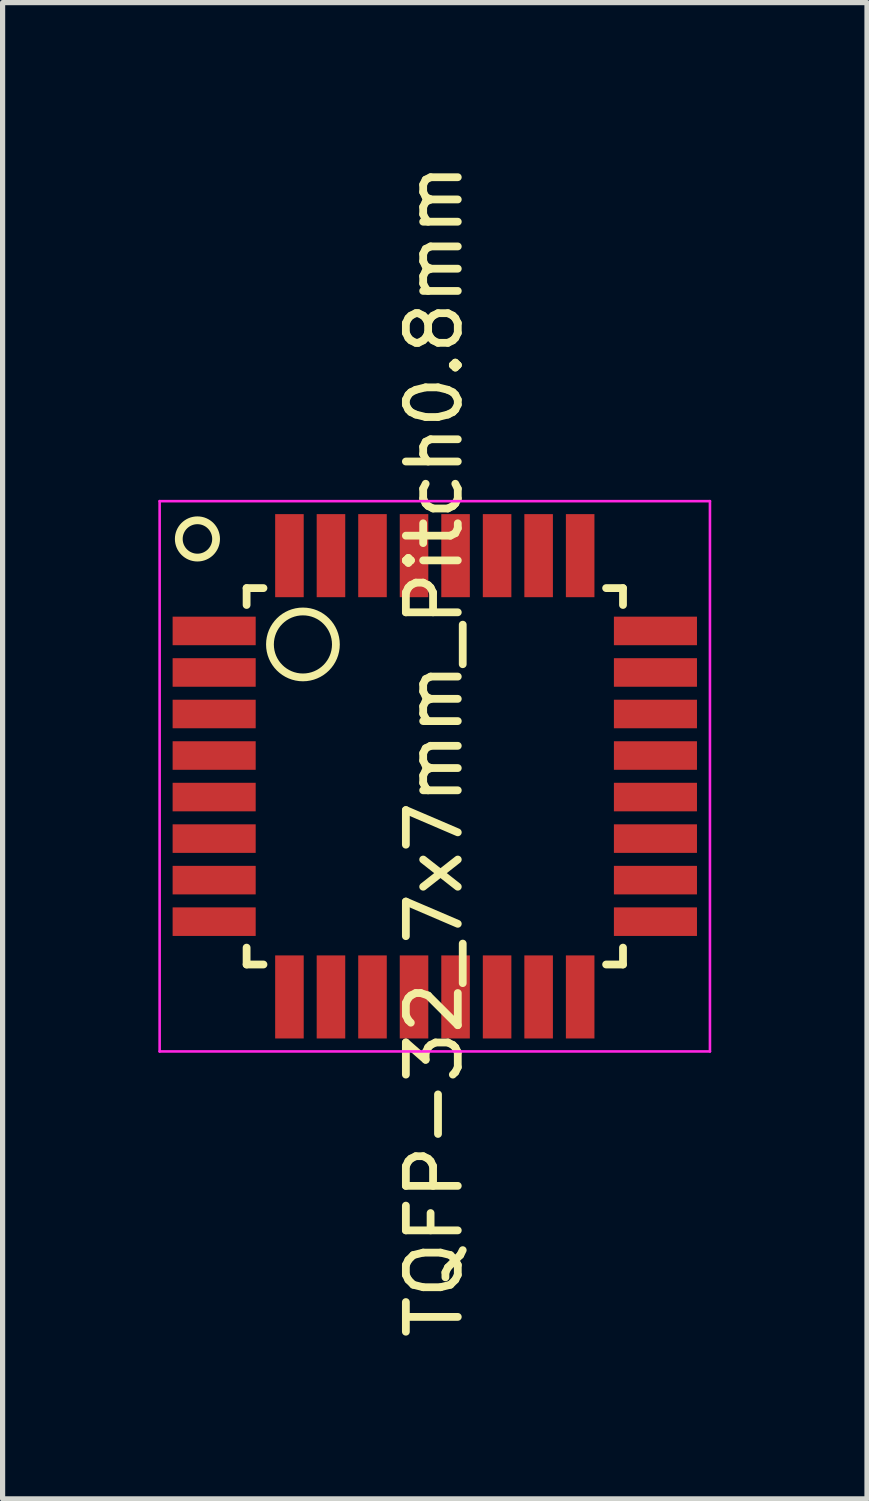
<source format=kicad_pcb>
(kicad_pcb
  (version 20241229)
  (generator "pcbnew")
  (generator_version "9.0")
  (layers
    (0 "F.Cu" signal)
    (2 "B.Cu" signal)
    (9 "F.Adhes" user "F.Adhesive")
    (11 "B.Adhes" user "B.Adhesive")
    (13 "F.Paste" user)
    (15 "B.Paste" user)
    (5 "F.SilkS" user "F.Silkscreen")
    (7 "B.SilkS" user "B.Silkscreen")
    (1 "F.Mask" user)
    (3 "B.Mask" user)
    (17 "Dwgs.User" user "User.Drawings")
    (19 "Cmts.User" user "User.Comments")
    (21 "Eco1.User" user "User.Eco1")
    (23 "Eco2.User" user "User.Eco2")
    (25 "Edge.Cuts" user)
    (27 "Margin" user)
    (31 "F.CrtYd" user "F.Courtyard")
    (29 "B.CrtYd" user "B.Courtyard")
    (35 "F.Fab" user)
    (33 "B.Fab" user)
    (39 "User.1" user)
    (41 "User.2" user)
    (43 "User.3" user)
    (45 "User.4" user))
  (footprint "TQFP-32_7x7mm_Pitch0.8mm"
    (layer "F.Cu")
    (at 5.325 11.903)
    (property "Reference" "TQFP-32_7x7mm_Pitch0.8mm" (at -0.012 -0.492 270) (layer "F.SilkS") (effects (font (size 1 1) (thickness 0.15))))
    (attr smd)
    (fp_line (start -3.625 -3.625) (end -3.625 -3.3) (stroke (width 0.15) (type solid)) (layer "F.SilkS"))
    (fp_line (start -3.625 -3.625) (end -3.3 -3.625) (stroke (width 0.15) (type solid)) (layer "F.SilkS"))
    (fp_line (start -3.625 3.625) (end -3.625 3.3) (stroke (width 0.15) (type solid)) (layer "F.SilkS"))
    (fp_line (start -3.625 3.625) (end -3.3 3.625) (stroke (width 0.15) (type solid)) (layer "F.SilkS"))
    (fp_line (start 3.625 -3.625) (end 3.3 -3.625) (stroke (width 0.15) (type solid)) (layer "F.SilkS"))
    (fp_line (start 3.625 -3.625) (end 3.625 -3.3) (stroke (width 0.15) (type solid)) (layer "F.SilkS"))
    (fp_line (start 3.625 3.625) (end 3.3 3.625) (stroke (width 0.15) (type solid)) (layer "F.SilkS"))
    (fp_line (start 3.625 3.625) (end 3.625 3.3) (stroke (width 0.15) (type solid)) (layer "F.SilkS"))
    (fp_circle (center -4.572 -4.572) (end -4.318 -4.318) (stroke (width 0.15) (type solid)) (fill no) (layer "F.SilkS"))
    (fp_circle (center -2.54 -2.54) (end -2.54 -1.905) (stroke (width 0.15) (type solid)) (fill no) (layer "F.SilkS"))
    (fp_line (start -5.3 -5.3) (end -5.3 5.3) (stroke (width 0.05) (type solid)) (layer "F.CrtYd"))
    (fp_line (start -5.3 -5.3) (end 5.3 -5.3) (stroke (width 0.05) (type solid)) (layer "F.CrtYd"))
    (fp_line (start -5.3 5.3) (end 5.3 5.3) (stroke (width 0.05) (type solid)) (layer "F.CrtYd"))
    (fp_line (start 5.3 -5.3) (end 5.3 5.3) (stroke (width 0.05) (type solid)) (layer "F.CrtYd"))
    (pad "1" smd rect (at -4.25 -2.8) (size 1.6 0.55) (layers "F.Cu" "F.Mask" "F.Paste"))
    (pad "2" smd rect (at -4.25 -2) (size 1.6 0.55) (layers "F.Cu" "F.Mask" "F.Paste"))
    (pad "3" smd rect (at -4.25 -1.2) (size 1.6 0.55) (layers "F.Cu" "F.Mask" "F.Paste"))
    (pad "4" smd rect (at -4.25 -0.4) (size 1.6 0.55) (layers "F.Cu" "F.Mask" "F.Paste"))
    (pad "5" smd rect (at -4.25 0.4) (size 1.6 0.55) (layers "F.Cu" "F.Mask" "F.Paste"))
    (pad "6" smd rect (at -4.25 1.2) (size 1.6 0.55) (layers "F.Cu" "F.Mask" "F.Paste"))
    (pad "7" smd rect (at -4.25 2) (size 1.6 0.55) (layers "F.Cu" "F.Mask" "F.Paste"))
    (pad "8" smd rect (at -4.25 2.8) (size 1.6 0.55) (layers "F.Cu" "F.Mask" "F.Paste"))
    (pad "9" smd rect (at -2.8 4.25 90) (size 1.6 0.55) (layers "F.Cu" "F.Mask" "F.Paste"))
    (pad "10" smd rect (at -2 4.25 90) (size 1.6 0.55) (layers "F.Cu" "F.Mask" "F.Paste"))
    (pad "11" smd rect (at -1.2 4.25 90) (size 1.6 0.55) (layers "F.Cu" "F.Mask" "F.Paste"))
    (pad "12" smd rect (at -0.4 4.25 90) (size 1.6 0.55) (layers "F.Cu" "F.Mask" "F.Paste"))
    (pad "13" smd rect (at 0.4 4.25 90) (size 1.6 0.55) (layers "F.Cu" "F.Mask" "F.Paste"))
    (pad "14" smd rect (at 1.2 4.25 90) (size 1.6 0.55) (layers "F.Cu" "F.Mask" "F.Paste"))
    (pad "15" smd rect (at 2 4.25 90) (size 1.6 0.55) (layers "F.Cu" "F.Mask" "F.Paste"))
    (pad "16" smd rect (at 2.8 4.25 90) (size 1.6 0.55) (layers "F.Cu" "F.Mask" "F.Paste"))
    (pad "17" smd rect (at 4.25 2.8) (size 1.6 0.55) (layers "F.Cu" "F.Mask" "F.Paste"))
    (pad "18" smd rect (at 4.25 2) (size 1.6 0.55) (layers "F.Cu" "F.Mask" "F.Paste"))
    (pad "19" smd rect (at 4.25 1.2) (size 1.6 0.55) (layers "F.Cu" "F.Mask" "F.Paste"))
    (pad "20" smd rect (at 4.25 0.4) (size 1.6 0.55) (layers "F.Cu" "F.Mask" "F.Paste"))
    (pad "21" smd rect (at 4.25 -0.4) (size 1.6 0.55) (layers "F.Cu" "F.Mask" "F.Paste"))
    (pad "22" smd rect (at 4.25 -1.2) (size 1.6 0.55) (layers "F.Cu" "F.Mask" "F.Paste"))
    (pad "23" smd rect (at 4.25 -2) (size 1.6 0.55) (layers "F.Cu" "F.Mask" "F.Paste"))
    (pad "24" smd rect (at 4.25 -2.8) (size 1.6 0.55) (layers "F.Cu" "F.Mask" "F.Paste"))
    (pad "25" smd rect (at 2.8 -4.25 90) (size 1.6 0.55) (layers "F.Cu" "F.Mask" "F.Paste"))
    (pad "26" smd rect (at 2 -4.25 90) (size 1.6 0.55) (layers "F.Cu" "F.Mask" "F.Paste"))
    (pad "27" smd rect (at 1.2 -4.25 90) (size 1.6 0.55) (layers "F.Cu" "F.Mask" "F.Paste"))
    (pad "28" smd rect (at 0.4 -4.25 90) (size 1.6 0.55) (layers "F.Cu" "F.Mask" "F.Paste"))
    (pad "29" smd rect (at -0.4 -4.25 90) (size 1.6 0.55) (layers "F.Cu" "F.Mask" "F.Paste"))
    (pad "30" smd rect (at -1.2 -4.25 90) (size 1.6 0.55) (layers "F.Cu" "F.Mask" "F.Paste"))
    (pad "31" smd rect (at -2 -4.25 90) (size 1.6 0.55) (layers "F.Cu" "F.Mask" "F.Paste"))
    (pad "32" smd rect (at -2.8 -4.25 90) (size 1.6 0.55) (layers "F.Cu" "F.Mask" "F.Paste")))
  (gr_rect
    (start -3 -3)
    (end 13.65 25.821)
    (stroke (width 0.1) (type default))
    (fill no)
    (layer "Edge.Cuts")))
</source>
